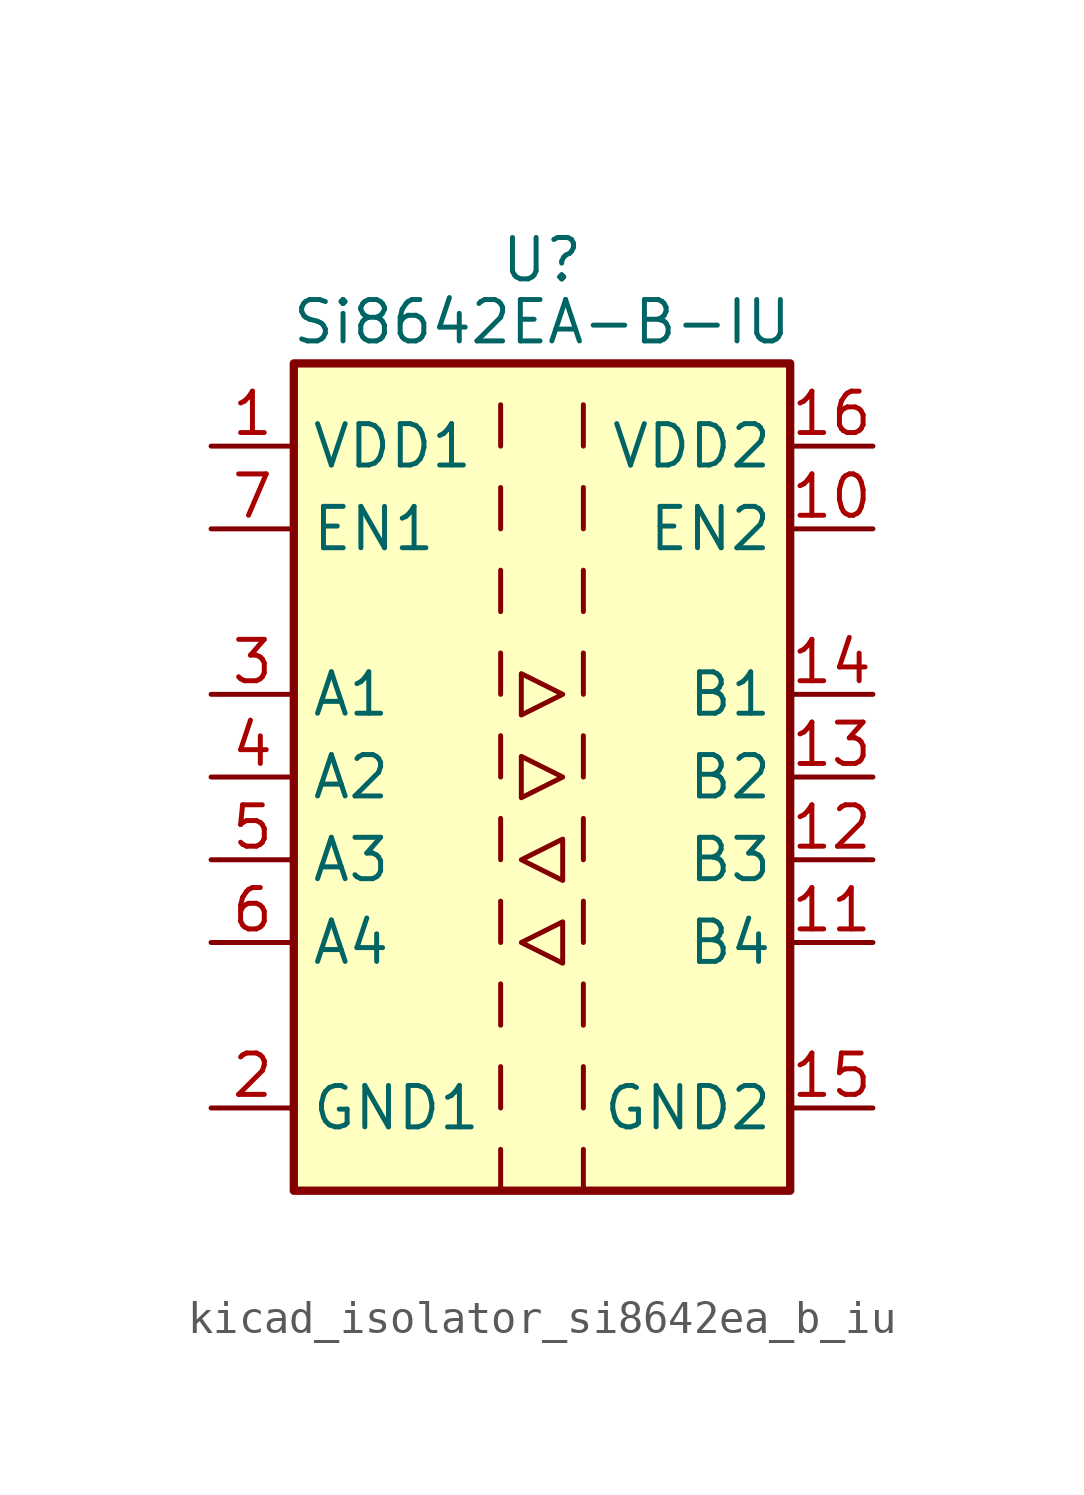
<source format=kicad_sym>
(kicad_symbol_lib
  (version 20220914)
  (generator kicad_symbol_editor)
  (symbol "kicad_isolator_si8642ea_b_iu"
    (property "Reference" "U"
      (at 0 15.875 0)
      (effects (font (size 1.27 1.27))))
    (property "Value" "Si8642EA-B-IU"
      (at 0 13.97 0)
      (effects (font (size 1.27 1.27))))
    (symbol "kicad_isolator_si8642ea_b_iu_0_1"
      (rectangle (start -7.62 12.7) (end 7.62 -12.7) (stroke (width 0.254) (type default)) (fill (type background)))
      (polyline (pts (xy -1.27 -11.43) (xy -1.27 -12.7)) (stroke (width 0) (type default)) (fill (type none)))
      (polyline (pts (xy -1.27 -8.89) (xy -1.27 -10.16)) (stroke (width 0) (type default)) (fill (type none)))
      (polyline (pts (xy -1.27 -6.35) (xy -1.27 -7.62)) (stroke (width 0) (type default)) (fill (type none)))
      (polyline (pts (xy -1.27 -3.81) (xy -1.27 -5.08)) (stroke (width 0) (type default)) (fill (type none)))
      (polyline (pts (xy -1.27 -1.27) (xy -1.27 -2.54)) (stroke (width 0) (type default)) (fill (type none)))
      (polyline (pts (xy -1.27 1.27) (xy -1.27 0)) (stroke (width 0) (type default)) (fill (type none)))
      (polyline (pts (xy -1.27 3.81) (xy -1.27 2.54)) (stroke (width 0) (type default)) (fill (type none)))
      (polyline (pts (xy -1.27 6.35) (xy -1.27 5.08)) (stroke (width 0) (type default)) (fill (type none)))
      (polyline (pts (xy -1.27 8.89) (xy -1.27 7.62)) (stroke (width 0) (type default)) (fill (type none)))
      (polyline (pts (xy -1.27 11.43) (xy -1.27 10.16)) (stroke (width 0) (type default)) (fill (type none)))
      (polyline (pts (xy 1.27 -11.43) (xy 1.27 -12.7)) (stroke (width 0) (type default)) (fill (type none)))
      (polyline (pts (xy 1.27 -8.89) (xy 1.27 -10.16)) (stroke (width 0) (type default)) (fill (type none)))
      (polyline (pts (xy 1.27 -6.35) (xy 1.27 -7.62)) (stroke (width 0) (type default)) (fill (type none)))
      (polyline (pts (xy 1.27 -3.81) (xy 1.27 -5.08)) (stroke (width 0) (type default)) (fill (type none)))
      (polyline (pts (xy 1.27 -1.27) (xy 1.27 -2.54)) (stroke (width 0) (type default)) (fill (type none)))
      (polyline (pts (xy 1.27 1.27) (xy 1.27 0)) (stroke (width 0) (type default)) (fill (type none)))
      (polyline (pts (xy 1.27 3.81) (xy 1.27 2.54)) (stroke (width 0) (type default)) (fill (type none)))
      (polyline (pts (xy 1.27 6.35) (xy 1.27 5.08)) (stroke (width 0) (type default)) (fill (type none)))
      (polyline (pts (xy 1.27 8.89) (xy 1.27 7.62)) (stroke (width 0) (type default)) (fill (type none)))
      (polyline (pts (xy 1.27 11.43) (xy 1.27 10.16)) (stroke (width 0) (type default)) (fill (type none)))
      (polyline (pts (xy -0.635 -5.08) (xy 0.635 -4.445) (xy 0.635 -5.715) (xy -0.635 -5.08)) (stroke (width 0) (type default)) (fill (type none)))
      (polyline (pts (xy -0.635 -2.54) (xy 0.635 -1.905) (xy 0.635 -3.175) (xy -0.635 -2.54)) (stroke (width 0) (type default)) (fill (type none)))
      (polyline (pts (xy -0.635 0.635) (xy -0.635 -0.635) (xy 0.635 0) (xy -0.635 0.635)) (stroke (width 0) (type default)) (fill (type none)))
      (polyline (pts (xy -0.635 3.175) (xy -0.635 1.905) (xy 0.635 2.54) (xy -0.635 3.175)) (stroke (width 0) (type default)) (fill (type none))))
    (symbol "kicad_isolator_si8642ea_b_iu_1_1"
      (pin power_in line (at -10.16 10.16 0) (length 2.54) (name "VDD1" (effects (font (size 1.27 1.27)))) (number "1" (effects (font (size 1.27 1.27)))))
      (pin input line (at 10.16 7.62 180) (length 2.54) (name "EN2" (effects (font (size 1.27 1.27)))) (number "10" (effects (font (size 1.27 1.27)))))
      (pin input line (at 10.16 -5.08 180) (length 2.54) (name "B4" (effects (font (size 1.27 1.27)))) (number "11" (effects (font (size 1.27 1.27)))))
      (pin input line (at 10.16 -2.54 180) (length 2.54) (name "B3" (effects (font (size 1.27 1.27)))) (number "12" (effects (font (size 1.27 1.27)))))
      (pin output line (at 10.16 0 180) (length 2.54) (name "B2" (effects (font (size 1.27 1.27)))) (number "13" (effects (font (size 1.27 1.27)))))
      (pin output line (at 10.16 2.54 180) (length 2.54) (name "B1" (effects (font (size 1.27 1.27)))) (number "14" (effects (font (size 1.27 1.27)))))
      (pin power_in line (at 10.16 -10.16 180) (length 2.54) (name "GND2" (effects (font (size 1.27 1.27)))) (number "15" (effects (font (size 1.27 1.27)))))
      (pin power_in line (at 10.16 10.16 180) (length 2.54) (name "VDD2" (effects (font (size 1.27 1.27)))) (number "16" (effects (font (size 1.27 1.27)))))
      (pin power_in line (at -10.16 -10.16 0) (length 2.54) (name "GND1" (effects (font (size 1.27 1.27)))) (number "2" (effects (font (size 1.27 1.27)))))
      (pin input line (at -10.16 2.54 0) (length 2.54) (name "A1" (effects (font (size 1.27 1.27)))) (number "3" (effects (font (size 1.27 1.27)))))
      (pin input line (at -10.16 0 0) (length 2.54) (name "A2" (effects (font (size 1.27 1.27)))) (number "4" (effects (font (size 1.27 1.27)))))
      (pin output line (at -10.16 -2.54 0) (length 2.54) (name "A3" (effects (font (size 1.27 1.27)))) (number "5" (effects (font (size 1.27 1.27)))))
      (pin output line (at -10.16 -5.08 0) (length 2.54) (name "A4" (effects (font (size 1.27 1.27)))) (number "6" (effects (font (size 1.27 1.27)))))
      (pin input line (at -10.16 7.62 0) (length 2.54) (name "EN1" (effects (font (size 1.27 1.27)))) (number "7" (effects (font (size 1.27 1.27)))))
      (pin passive line (at -10.16 -10.16 0) (length 2.54) hide (name "GND1" (effects (font (size 1.27 1.27)))) (number "8" (effects (font (size 1.27 1.27)))))
      (pin passive line (at 10.16 -10.16 180) (length 2.54) hide (name "GND2" (effects (font (size 1.27 1.27)))) (number "9" (effects (font (size 1.27 1.27))))))))
</source>
